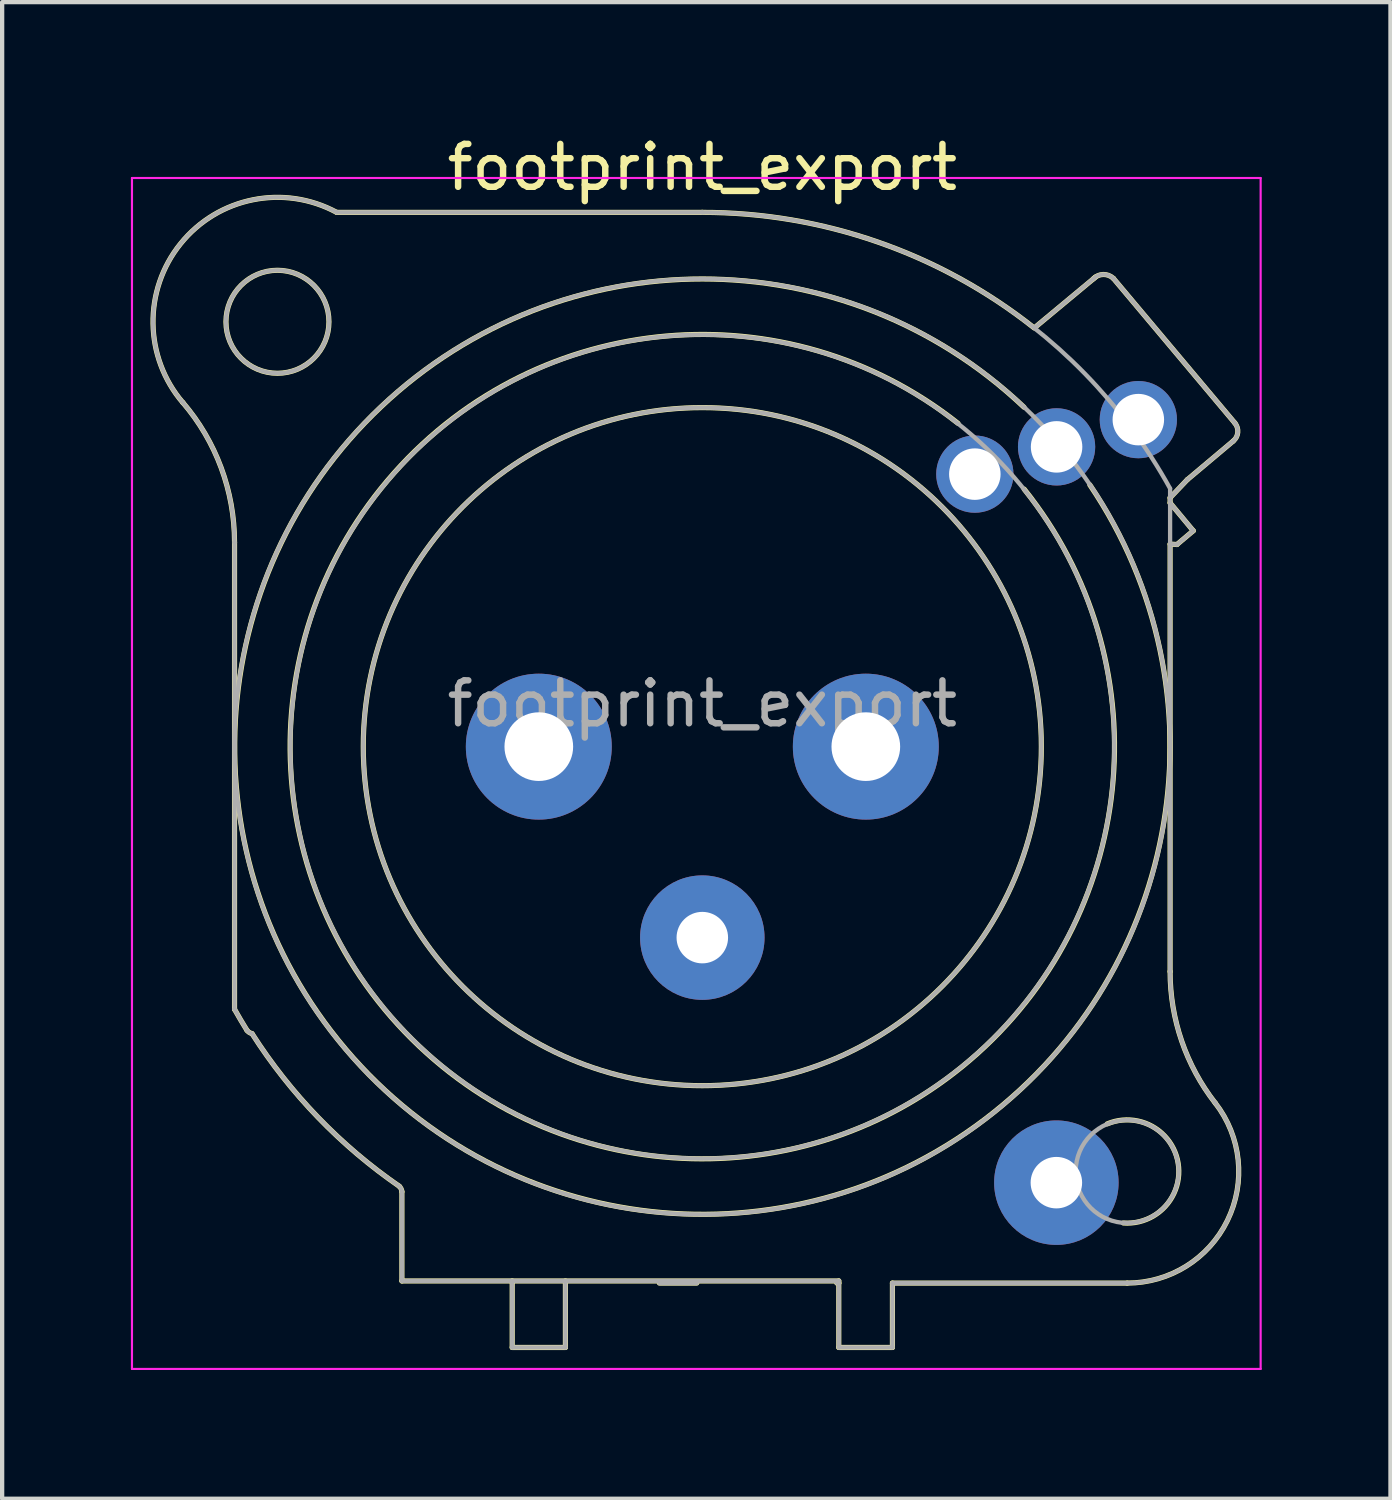
<source format=kicad_pcb>
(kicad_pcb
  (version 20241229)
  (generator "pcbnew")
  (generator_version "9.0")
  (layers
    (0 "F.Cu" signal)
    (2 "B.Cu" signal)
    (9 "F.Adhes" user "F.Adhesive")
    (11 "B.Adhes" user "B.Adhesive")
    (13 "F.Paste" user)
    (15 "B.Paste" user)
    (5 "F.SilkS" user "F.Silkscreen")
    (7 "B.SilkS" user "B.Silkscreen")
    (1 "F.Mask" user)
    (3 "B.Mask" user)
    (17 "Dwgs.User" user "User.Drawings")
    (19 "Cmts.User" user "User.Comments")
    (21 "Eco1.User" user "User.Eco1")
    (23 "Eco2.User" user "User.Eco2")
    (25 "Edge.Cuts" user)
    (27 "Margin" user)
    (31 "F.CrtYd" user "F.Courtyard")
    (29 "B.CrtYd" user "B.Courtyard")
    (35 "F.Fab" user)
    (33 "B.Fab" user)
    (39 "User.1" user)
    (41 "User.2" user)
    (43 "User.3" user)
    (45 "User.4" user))
  (footprint "footprint_export"
    (layer "F.Cu")
    (at 17.125 14.348)
    (property "Reference" "footprint_export" (at -3.81 -13.5 0) (layer "F.SilkS") (effects (font (size 1 1) (thickness 0.15))))
    (attr through_hole)
    (fp_line (start -14.71 -4.76) (end -14.71 6.12) (stroke (width 0.12) (type solid)) (layer "F.SilkS"))
    (fp_line (start -10.81 10.37) (end -10.81 12.45) (stroke (width 0.12) (type solid)) (layer "F.SilkS"))
    (fp_line (start -10.81 12.45) (end -0.63 12.45) (stroke (width 0.12) (type solid)) (layer "F.SilkS"))
    (fp_line (start -8.24 12.45) (end -8.24 14) (stroke (width 0.12) (type solid)) (layer "F.SilkS"))
    (fp_line (start -7 14) (end -8.24 14) (stroke (width 0.12) (type solid)) (layer "F.SilkS"))
    (fp_line (start -7 14) (end -7 12.45) (stroke (width 0.12) (type solid)) (layer "F.SilkS"))
    (fp_line (start -4.81 12.5) (end -3.94 12.5) (stroke (width 0.12) (type solid)) (layer "F.SilkS"))
    (fp_line (start -3.81 -12.45) (end -12.33 -12.45) (stroke (width 0.12) (type solid)) (layer "F.SilkS"))
    (fp_line (start -0.63 12.5) (end -0.675 12.5) (stroke (width 0.12) (type solid)) (layer "F.SilkS"))
    (fp_line (start -0.63 12.5) (end -0.63 12.45) (stroke (width 0.12) (type solid)) (layer "F.SilkS"))
    (fp_line (start -0.63 12.5) (end -0.63 14) (stroke (width 0.12) (type solid)) (layer "F.SilkS"))
    (fp_line (start 0.62 12.5) (end 6.09 12.5) (stroke (width 0.12) (type solid)) (layer "F.SilkS"))
    (fp_line (start 0.62 14) (end -0.63 14) (stroke (width 0.12) (type solid)) (layer "F.SilkS"))
    (fp_line (start 0.62 14) (end 0.62 12.5) (stroke (width 0.12) (type solid)) (layer "F.SilkS"))
    (fp_line (start 3.93 -9.76) (end 5.35 -10.94) (stroke (width 0.12) (type solid)) (layer "F.SilkS"))
    (fp_line (start 5.77 -10.91) (end 8.6 -7.54) (stroke (width 0.12) (type solid)) (layer "F.SilkS"))
    (fp_line (start 7.09 -5.68) (end 7.09 -5.8) (stroke (width 0.12) (type solid)) (layer "F.SilkS"))
    (fp_line (start 7.09 -5.68) (end 7.63 -5.03) (stroke (width 0.12) (type solid)) (layer "F.SilkS"))
    (fp_line (start 7.09 -4.72) (end 7.25 -4.71) (stroke (width 0.12) (type solid)) (layer "F.SilkS"))
    (fp_line (start 7.09 5.24) (end 7.09 -4.72) (stroke (width 0.12) (type solid)) (layer "F.SilkS"))
    (fp_line (start 7.49 -6.22) (end 7.09 -5.8) (stroke (width 0.12) (type solid)) (layer "F.SilkS"))
    (fp_line (start 7.63 -5.03) (end 7.25 -4.71) (stroke (width 0.12) (type solid)) (layer "F.SilkS"))
    (fp_line (start 8.56 -7.12) (end 7.49 -6.22) (stroke (width 0.12) (type solid)) (layer "F.SilkS"))
    (fp_arc (start -15.916051 -8.020379) (mid -15.021177 -6.498148) (end -14.71 -4.76) (stroke (width 0.12) (type solid)) (layer "F.SilkS"))
    (fp_arc (start -15.912179 -8.013918) (mid -15.965815 -11.721592) (end -12.33 -12.45) (stroke (width 0.12) (type solid)) (layer "F.SilkS"))
    (fp_arc (start -14.421158 6.608156) (mid -14.568348 6.365716) (end -14.71 6.12) (stroke (width 0.12) (type solid)) (layer "F.SilkS"))
    (fp_arc (start -14.305433 6.684771) (mid -14.369308 6.657486) (end -14.42 6.61) (stroke (width 0.12) (type solid)) (layer "F.SilkS"))
    (fp_arc (start -10.872947 10.242974) (mid -10.829902 10.300753) (end -10.81 10.37) (stroke (width 0.12) (type solid)) (layer "F.SilkS"))
    (fp_arc (start -10.869996 10.244641) (mid -12.763182 8.639256) (end -14.3 6.69) (stroke (width 0.12) (type solid)) (layer "F.SilkS"))
    (fp_arc (start -3.813831 -12.449537) (mid 0.28062 -11.758308) (end 3.92 -9.759) (stroke (width 0.12) (type solid)) (layer "F.SilkS"))
    (fp_arc (start 3.69 -6) (mid -10.58257 6.810455) (end 2.148069 -7.533353) (stroke (width 0.12) (type solid)) (layer "F.SilkS"))
    (fp_arc (start 5.22 -6.1) (mid -12.122241 7.046812) (end 3.685671 -7.909855) (stroke (width 0.12) (type solid)) (layer "F.SilkS"))
    (fp_arc (start 5.3 -10.9) (mid 5.532929 -11.00234) (end 5.77 -10.91) (stroke (width 0.12) (type solid)) (layer "F.SilkS"))
    (fp_arc (start 5.625402 8.789933) (mid 7.277854 9.707379) (end 6 11.1) (stroke (width 0.12) (type solid)) (layer "F.SilkS"))
    (fp_arc (start 8.141619 8.302858) (mid 8.42587 11.041804) (end 6.09 12.5) (stroke (width 0.12) (type solid)) (layer "F.SilkS"))
    (fp_arc (start 8.14247 8.305283) (mid 7.360446 6.860467) (end 7.09 5.24) (stroke (width 0.12) (type solid)) (layer "F.SilkS"))
    (fp_arc (start 8.6 -7.54) (mid 8.666985 -7.321716) (end 8.56 -7.12) (stroke (width 0.12) (type solid)) (layer "F.SilkS"))
    (fp_circle (center -13.71 -9.9) (end -12.51 -9.9) (stroke (width 0.12) (type solid)) (fill no) (layer "F.SilkS"))
    (fp_circle (center -3.81 0) (end 4.09 0) (stroke (width 0.12) (type solid)) (fill no) (layer "F.SilkS"))
    (fp_line (start -17.1 -13.25) (end 9.2 -13.25) (stroke (width 0.05) (type solid)) (layer "F.CrtYd"))
    (fp_line (start -17.1 14.5) (end -17.1 -13.25) (stroke (width 0.05) (type solid)) (layer "F.CrtYd"))
    (fp_line (start 9.2 -13.25) (end 9.2 14.5) (stroke (width 0.05) (type solid)) (layer "F.CrtYd"))
    (fp_line (start 9.2 14.5) (end -17.1 14.5) (stroke (width 0.05) (type solid)) (layer "F.CrtYd"))
    (fp_line (start -14.71 -4.76) (end -14.71 6.12) (stroke (width 0.1) (type solid)) (layer "F.Fab"))
    (fp_line (start -10.81 10.37) (end -10.81 12.45) (stroke (width 0.1) (type solid)) (layer "F.Fab"))
    (fp_line (start -10.81 12.45) (end -0.63 12.45) (stroke (width 0.1) (type solid)) (layer "F.Fab"))
    (fp_line (start -8.24 12.45) (end -8.24 14) (stroke (width 0.1) (type solid)) (layer "F.Fab"))
    (fp_line (start -7 14) (end -8.24 14) (stroke (width 0.1) (type solid)) (layer "F.Fab"))
    (fp_line (start -7 14) (end -7 12.45) (stroke (width 0.1) (type solid)) (layer "F.Fab"))
    (fp_line (start -4.81 12.5) (end -3.94 12.5) (stroke (width 0.1) (type solid)) (layer "F.Fab"))
    (fp_line (start -3.81 -12.45) (end -12.33 -12.45) (stroke (width 0.1) (type solid)) (layer "F.Fab"))
    (fp_line (start -0.63 12.5) (end -0.675 12.5) (stroke (width 0.1) (type solid)) (layer "F.Fab"))
    (fp_line (start -0.63 12.5) (end -0.63 12.45) (stroke (width 0.1) (type solid)) (layer "F.Fab"))
    (fp_line (start -0.63 12.5) (end -0.63 14) (stroke (width 0.1) (type solid)) (layer "F.Fab"))
    (fp_line (start 0.62 12.5) (end 6.09 12.5) (stroke (width 0.1) (type solid)) (layer "F.Fab"))
    (fp_line (start 0.62 14) (end -0.63 14) (stroke (width 0.1) (type solid)) (layer "F.Fab"))
    (fp_line (start 0.62 14) (end 0.62 12.5) (stroke (width 0.1) (type solid)) (layer "F.Fab"))
    (fp_line (start 3.93 -9.76) (end 5.3 -10.9) (stroke (width 0.1) (type solid)) (layer "F.Fab"))
    (fp_line (start 5.77 -10.91) (end 8.6 -7.54) (stroke (width 0.1) (type solid)) (layer "F.Fab"))
    (fp_line (start 7.09 -5.68) (end 7.63 -5.03) (stroke (width 0.1) (type solid)) (layer "F.Fab"))
    (fp_line (start 7.09 -4.72) (end 7.25 -4.71) (stroke (width 0.1) (type solid)) (layer "F.Fab"))
    (fp_line (start 7.09 5.24) (end 7.09 -6.015) (stroke (width 0.1) (type solid)) (layer "F.Fab"))
    (fp_line (start 7.49 -6.22) (end 7.09 -5.8) (stroke (width 0.1) (type solid)) (layer "F.Fab"))
    (fp_line (start 7.63 -5.03) (end 7.25 -4.71) (stroke (width 0.1) (type solid)) (layer "F.Fab"))
    (fp_line (start 8.56 -7.12) (end 7.49 -6.22) (stroke (width 0.1) (type solid)) (layer "F.Fab"))
    (fp_arc (start -15.916051 -8.020379) (mid -15.021177 -6.498148) (end -14.71 -4.76) (stroke (width 0.1) (type solid)) (layer "F.Fab"))
    (fp_arc (start -15.912179 -8.013918) (mid -15.965815 -11.721592) (end -12.33 -12.45) (stroke (width 0.1) (type solid)) (layer "F.Fab"))
    (fp_arc (start -14.421158 6.608156) (mid -14.568348 6.365716) (end -14.71 6.12) (stroke (width 0.1) (type solid)) (layer "F.Fab"))
    (fp_arc (start -14.305433 6.684771) (mid -14.369308 6.657486) (end -14.42 6.61) (stroke (width 0.1) (type solid)) (layer "F.Fab"))
    (fp_arc (start -10.872947 10.242974) (mid -10.829902 10.300753) (end -10.81 10.37) (stroke (width 0.1) (type solid)) (layer "F.Fab"))
    (fp_arc (start -10.869996 10.244641) (mid -12.763182 8.639256) (end -14.3 6.69) (stroke (width 0.1) (type solid)) (layer "F.Fab"))
    (fp_arc (start -3.808141 -12.449507) (mid 2.519562 -10.720395) (end 7.09 -6.015) (stroke (width 0.1) (type solid)) (layer "F.Fab"))
    (fp_arc (start 5.3 -10.9) (mid 5.532929 -11.00234) (end 5.77 -10.91) (stroke (width 0.1) (type solid)) (layer "F.Fab"))
    (fp_arc (start 8.141619 8.302858) (mid 8.42587 11.041804) (end 6.09 12.5) (stroke (width 0.1) (type solid)) (layer "F.Fab"))
    (fp_arc (start 8.14247 8.305283) (mid 7.360446 6.860467) (end 7.09 5.24) (stroke (width 0.1) (type solid)) (layer "F.Fab"))
    (fp_arc (start 8.6 -7.54) (mid 8.666985 -7.321716) (end 8.56 -7.12) (stroke (width 0.1) (type solid)) (layer "F.Fab"))
    (fp_circle (center -13.71 -9.9) (end -12.51 -9.9) (stroke (width 0.1) (type solid)) (fill no) (layer "F.Fab"))
    (fp_circle (center -3.81 0) (end 4.09 0) (stroke (width 0.1) (type solid)) (fill no) (layer "F.Fab"))
    (fp_circle (center -3.81 0) (end 5.79 0) (stroke (width 0.1) (type solid)) (fill no) (layer "F.Fab"))
    (fp_circle (center -3.81 0) (end 7.09 0) (stroke (width 0.1) (type solid)) (fill no) (layer "F.Fab"))
    (fp_circle (center 6.09 9.9) (end 7.29 9.9) (stroke (width 0.1) (type solid)) (fill no) (layer "F.Fab"))
    (fp_text user "${REFERENCE}" (at -3.81 -1 0) (layer "F.Fab") (effects (font (size 1 1) (thickness 0.15))))
    (pad "1" thru_hole circle (at 0 0) (size 3.4 3.4) (drill 1.6) (layers "*.Cu" "*.Mask"))
    (pad "2" thru_hole circle (at -7.62 0) (size 3.4 3.4) (drill 1.6) (layers "*.Cu" "*.Mask"))
    (pad "3" thru_hole circle (at -3.81 4.45) (size 2.9 2.9) (drill 1.2) (layers "*.Cu" "*.Mask"))
    (pad "G" thru_hole circle (at 4.44 10.16) (size 2.9 2.9) (drill 1.2) (layers "*.Cu" "*.Mask"))
    (pad "N" thru_hole circle (at 4.445 -6.985) (size 1.8 1.8) (drill 1.2) (layers "*.Cu" "*.Mask"))
    (pad "NC" thru_hole circle (at 2.54 -6.35) (size 1.8 1.8) (drill 1.2) (layers "*.Cu" "*.Mask"))
    (pad "NO" thru_hole circle (at 6.35 -7.62) (size 1.8 1.8) (drill 1.2) (layers "*.Cu" "*.Mask")))
  (gr_rect
    (start -3 -3)
    (end 29.35 31.873)
    (stroke (width 0.1) (type default))
    (fill no)
    (layer "Edge.Cuts")))
</source>
